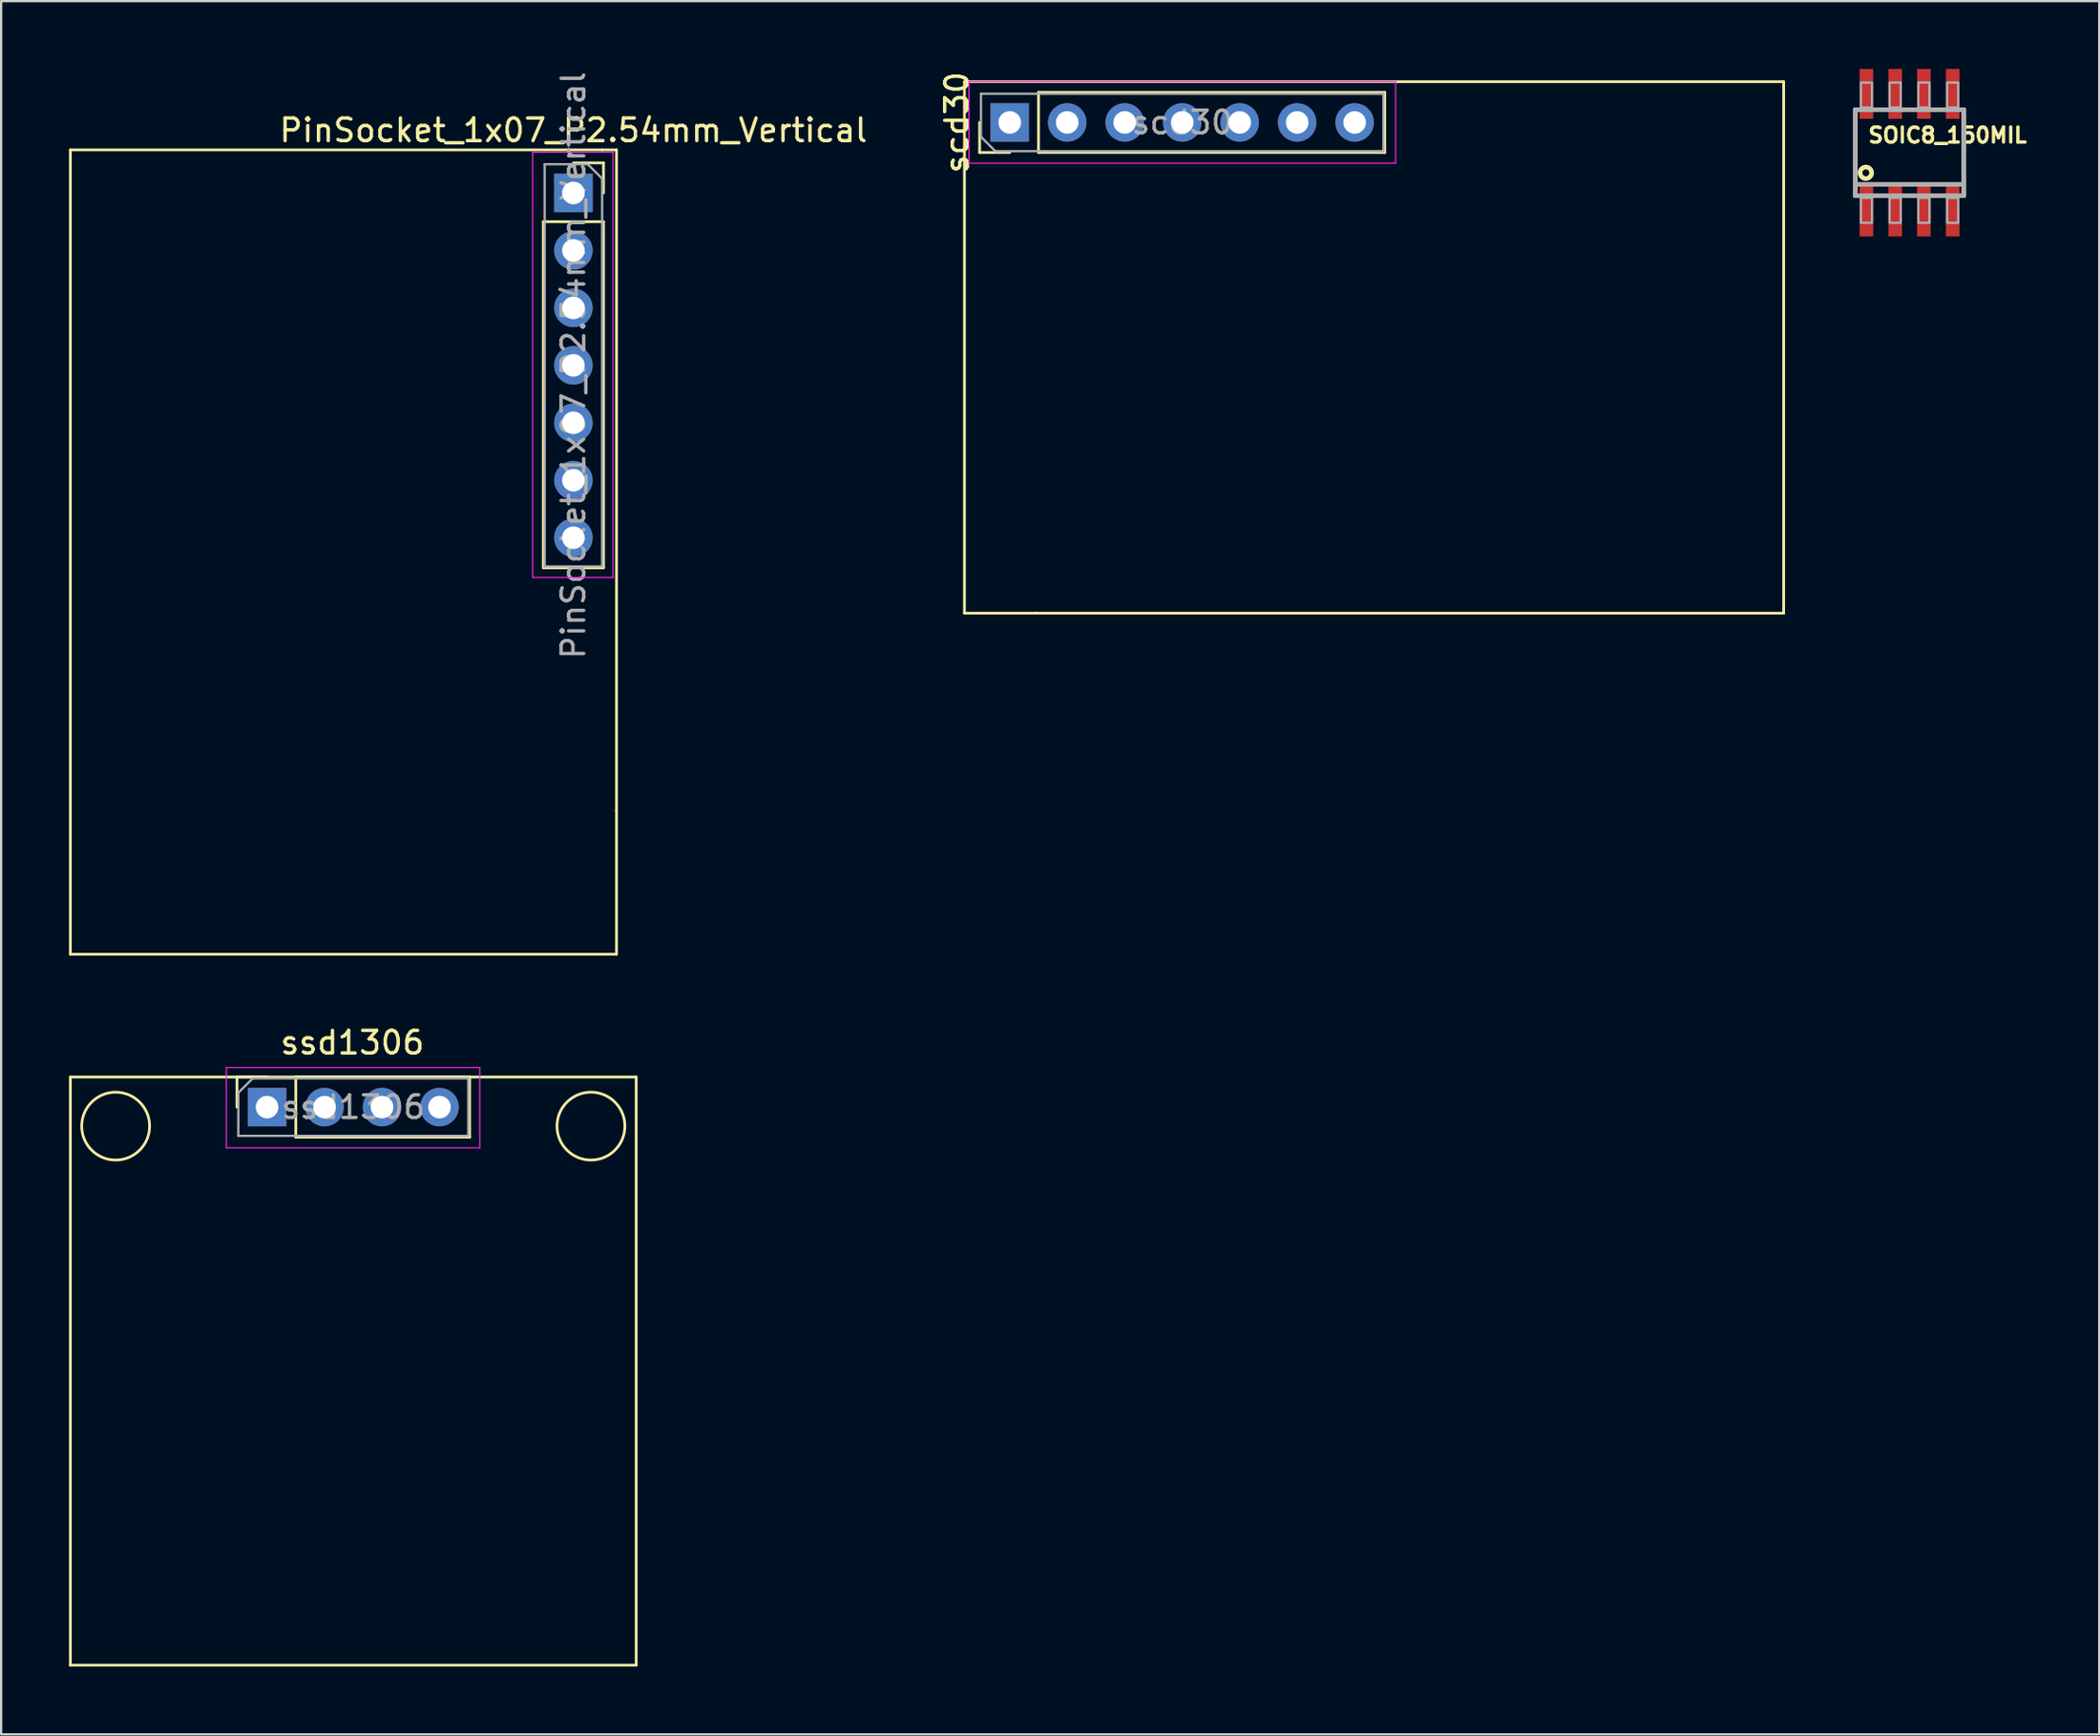
<source format=kicad_pcb>
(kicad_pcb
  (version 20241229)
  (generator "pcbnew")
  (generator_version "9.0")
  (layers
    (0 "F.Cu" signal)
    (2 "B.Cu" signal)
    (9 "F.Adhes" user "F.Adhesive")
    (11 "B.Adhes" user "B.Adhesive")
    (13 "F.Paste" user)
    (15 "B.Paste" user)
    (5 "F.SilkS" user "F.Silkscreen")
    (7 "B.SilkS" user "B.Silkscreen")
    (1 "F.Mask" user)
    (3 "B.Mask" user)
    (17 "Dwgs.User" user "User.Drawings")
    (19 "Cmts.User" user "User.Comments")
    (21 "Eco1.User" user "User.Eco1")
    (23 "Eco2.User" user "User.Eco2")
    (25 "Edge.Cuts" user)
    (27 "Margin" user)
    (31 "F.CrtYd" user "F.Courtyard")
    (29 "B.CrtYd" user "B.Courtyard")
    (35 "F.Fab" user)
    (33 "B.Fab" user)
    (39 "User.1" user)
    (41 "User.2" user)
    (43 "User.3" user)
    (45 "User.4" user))
  (footprint "scd30"
    (layer "F.Cu")
    (at 50.994 0.563)
    (property "Reference" "scd30" (at -11.76 1.8 90) (layer "F.SilkS") (effects (font (size 1 1) (thickness 0.15))))
    (attr through_hole)
    (fp_line (start -11.43 0) (end -11.43 23.495) (stroke (width 0.12) (type solid)) (layer "F.SilkS"))
    (fp_line (start -11.43 0) (end 24.765 0) (stroke (width 0.12) (type solid)) (layer "F.SilkS"))
    (fp_line (start -11.43 23.495) (end -8.255 23.495) (stroke (width 0.12) (type solid)) (layer "F.SilkS"))
    (fp_line (start -10.76 3.13) (end -10.76 1.8) (stroke (width 0.12) (type solid)) (layer "F.SilkS"))
    (fp_line (start -9.43 3.13) (end -10.76 3.13) (stroke (width 0.12) (type solid)) (layer "F.SilkS"))
    (fp_line (start -8.16 0.47) (end 7.14 0.47) (stroke (width 0.12) (type solid)) (layer "F.SilkS"))
    (fp_line (start -8.16 3.13) (end -8.16 0.47) (stroke (width 0.12) (type solid)) (layer "F.SilkS"))
    (fp_line (start -8.16 3.13) (end 7.14 3.13) (stroke (width 0.12) (type solid)) (layer "F.SilkS"))
    (fp_line (start 7.14 3.13) (end 7.14 0.47) (stroke (width 0.12) (type solid)) (layer "F.SilkS"))
    (fp_line (start 24.765 0) (end 24.765 23.495) (stroke (width 0.12) (type solid)) (layer "F.SilkS"))
    (fp_line (start 24.765 23.495) (end -8.255 23.495) (stroke (width 0.12) (type solid)) (layer "F.SilkS"))
    (fp_line (start -11.23 0) (end -11.23 3.6) (stroke (width 0.05) (type solid)) (layer "F.CrtYd"))
    (fp_line (start -11.23 3.6) (end 7.62 3.6) (stroke (width 0.05) (type solid)) (layer "F.CrtYd"))
    (fp_line (start 7.62 0) (end -11.23 0) (stroke (width 0.05) (type solid)) (layer "F.CrtYd"))
    (fp_line (start 7.62 3.6) (end 7.62 0) (stroke (width 0.05) (type solid)) (layer "F.CrtYd"))
    (fp_line (start -10.7 0.53) (end 7.08 0.53) (stroke (width 0.1) (type solid)) (layer "F.Fab"))
    (fp_line (start -10.7 2.435) (end -10.7 0.53) (stroke (width 0.1) (type solid)) (layer "F.Fab"))
    (fp_line (start -10.065 3.07) (end -10.7 2.435) (stroke (width 0.1) (type solid)) (layer "F.Fab"))
    (fp_line (start 7.08 0.53) (end 7.08 3.07) (stroke (width 0.1) (type solid)) (layer "F.Fab"))
    (fp_line (start 7.08 3.07) (end -10.065 3.07) (stroke (width 0.1) (type solid)) (layer "F.Fab"))
    (fp_text user "${REFERENCE}" (at -1.81 1.8 180) (layer "F.Fab") (effects (font (size 1 1) (thickness 0.15))))
    (pad "1" thru_hole rect (at -9.43 1.8 90) (size 1.7 1.7) (drill 1) (layers "*.Cu" "*.Mask"))
    (pad "2" thru_hole oval (at -6.89 1.8 90) (size 1.7 1.7) (drill 1) (layers "*.Cu" "*.Mask"))
    (pad "3" thru_hole oval (at -4.35 1.8 90) (size 1.7 1.7) (drill 1) (layers "*.Cu" "*.Mask"))
    (pad "4" thru_hole oval (at -1.81 1.8 90) (size 1.7 1.7) (drill 1) (layers "*.Cu" "*.Mask"))
    (pad "5" thru_hole oval (at 0.73 1.8 90) (size 1.7 1.7) (drill 1) (layers "*.Cu" "*.Mask"))
    (pad "6" thru_hole oval (at 3.27 1.8 90) (size 1.7 1.7) (drill 1) (layers "*.Cu" "*.Mask"))
    (pad "7" thru_hole oval (at 5.81 1.8 90) (size 1.7 1.7) (drill 1) (layers "*.Cu" "*.Mask")))
  (footprint "PinSocket_1x07_P2.54mm_Vertical"
    (layer "F.Cu")
    (at 22.285 5.481)
    (property "Reference" "PinSocket_1x07_P2.54mm_Vertical" (at 0 -2.77 0) (layer "F.SilkS") (effects (font (size 1 1) (thickness 0.15))))
    (attr through_hole)
    (fp_line (start -22.225 -1.905) (end 1.27 -1.905) (stroke (width 0.12) (type solid)) (layer "F.SilkS"))
    (fp_line (start -22.225 33.655) (end -22.225 -1.905) (stroke (width 0.12) (type solid)) (layer "F.SilkS"))
    (fp_line (start -22.225 33.655) (end 1.905 33.655) (stroke (width 0.12) (type solid)) (layer "F.SilkS"))
    (fp_line (start -1.33 1.27) (end -1.33 16.57) (stroke (width 0.12) (type solid)) (layer "F.SilkS"))
    (fp_line (start -1.33 1.27) (end 1.33 1.27) (stroke (width 0.12) (type solid)) (layer "F.SilkS"))
    (fp_line (start -1.33 16.57) (end 1.33 16.57) (stroke (width 0.12) (type solid)) (layer "F.SilkS"))
    (fp_line (start 0 -1.33) (end 1.33 -1.33) (stroke (width 0.12) (type solid)) (layer "F.SilkS"))
    (fp_line (start 1.33 -1.33) (end 1.33 0) (stroke (width 0.12) (type solid)) (layer "F.SilkS"))
    (fp_line (start 1.33 1.27) (end 1.33 16.57) (stroke (width 0.12) (type solid)) (layer "F.SilkS"))
    (fp_line (start 1.905 -1.905) (end 1.27 -1.905) (stroke (width 0.12) (type solid)) (layer "F.SilkS"))
    (fp_line (start 1.905 27.305) (end 1.905 -1.905) (stroke (width 0.12) (type solid)) (layer "F.SilkS"))
    (fp_line (start 1.905 33.655) (end 1.905 27.305) (stroke (width 0.12) (type solid)) (layer "F.SilkS"))
    (fp_line (start -1.8 -1.8) (end 1.75 -1.8) (stroke (width 0.05) (type solid)) (layer "F.CrtYd"))
    (fp_line (start -1.8 17) (end -1.8 -1.8) (stroke (width 0.05) (type solid)) (layer "F.CrtYd"))
    (fp_line (start 1.75 -1.8) (end 1.75 17) (stroke (width 0.05) (type solid)) (layer "F.CrtYd"))
    (fp_line (start 1.75 17) (end -1.8 17) (stroke (width 0.05) (type solid)) (layer "F.CrtYd"))
    (fp_line (start -1.27 -1.27) (end 0.635 -1.27) (stroke (width 0.1) (type solid)) (layer "F.Fab"))
    (fp_line (start -1.27 16.51) (end -1.27 -1.27) (stroke (width 0.1) (type solid)) (layer "F.Fab"))
    (fp_line (start 0.635 -1.27) (end 1.27 -0.635) (stroke (width 0.1) (type solid)) (layer "F.Fab"))
    (fp_line (start 1.27 -0.635) (end 1.27 16.51) (stroke (width 0.1) (type solid)) (layer "F.Fab"))
    (fp_line (start 1.27 16.51) (end -1.27 16.51) (stroke (width 0.1) (type solid)) (layer "F.Fab"))
    (fp_text user "${REFERENCE}" (at 0 7.62 90) (layer "F.Fab") (effects (font (size 1 1) (thickness 0.15))))
    (pad "1" thru_hole rect (at 0 0) (size 1.7 1.7) (drill 1) (layers "*.Cu" "*.Mask"))
    (pad "2" thru_hole oval (at 0 2.54) (size 1.7 1.7) (drill 1) (layers "*.Cu" "*.Mask"))
    (pad "3" thru_hole oval (at 0 5.08) (size 1.7 1.7) (drill 1) (layers "*.Cu" "*.Mask"))
    (pad "4" thru_hole oval (at 0 7.62) (size 1.7 1.7) (drill 1) (layers "*.Cu" "*.Mask"))
    (pad "5" thru_hole oval (at 0 10.16) (size 1.7 1.7) (drill 1) (layers "*.Cu" "*.Mask"))
    (pad "6" thru_hole oval (at 0 12.7) (size 1.7 1.7) (drill 1) (layers "*.Cu" "*.Mask"))
    (pad "7" thru_hole oval (at 0 15.24) (size 1.7 1.7) (drill 1) (layers "*.Cu" "*.Mask")))
  (footprint "ssd1306"
    (layer "F.Cu")
    (at 12.56 45.734)
    (property "Reference" "ssd1306" (at -0.04 -2.69 0) (layer "F.SilkS") (effects (font (size 1 1) (thickness 0.15))))
    (attr through_hole)
    (fp_line (start -12.5 -1.17) (end -12.5 24.83) (stroke (width 0.12) (type solid)) (layer "F.SilkS"))
    (fp_line (start -12.5 -1.17) (end 12.5 -1.17) (stroke (width 0.12) (type solid)) (layer "F.SilkS"))
    (fp_line (start -12.5 24.83) (end 12.5 24.83) (stroke (width 0.12) (type solid)) (layer "F.SilkS"))
    (fp_line (start -5.14 -1.17) (end -3.81 -1.17) (stroke (width 0.12) (type solid)) (layer "F.SilkS"))
    (fp_line (start -5.14 0.16) (end -5.14 -1.17) (stroke (width 0.12) (type solid)) (layer "F.SilkS"))
    (fp_line (start -2.54 -1.17) (end 5.14 -1.17) (stroke (width 0.12) (type solid)) (layer "F.SilkS"))
    (fp_line (start -2.54 1.49) (end -2.54 -1.17) (stroke (width 0.12) (type solid)) (layer "F.SilkS"))
    (fp_line (start -2.54 1.49) (end 5.14 1.49) (stroke (width 0.12) (type solid)) (layer "F.SilkS"))
    (fp_line (start 5.14 1.49) (end 5.14 -1.17) (stroke (width 0.12) (type solid)) (layer "F.SilkS"))
    (fp_line (start 12.5 -1.17) (end 12.5 24.83) (stroke (width 0.12) (type solid)) (layer "F.SilkS"))
    (fp_circle (center -10.5 1) (end -9 1) (stroke (width 0.12) (type solid)) (fill no) (layer "F.SilkS"))
    (fp_circle (center 10.5 1) (end 12 1) (stroke (width 0.12) (type solid)) (fill no) (layer "F.SilkS"))
    (fp_line (start -5.61 -1.59) (end 5.59 -1.59) (stroke (width 0.05) (type solid)) (layer "F.CrtYd"))
    (fp_line (start -5.61 1.96) (end -5.61 -1.59) (stroke (width 0.05) (type solid)) (layer "F.CrtYd"))
    (fp_line (start 5.59 -1.59) (end 5.59 1.96) (stroke (width 0.05) (type solid)) (layer "F.CrtYd"))
    (fp_line (start 5.59 1.96) (end -5.61 1.96) (stroke (width 0.05) (type solid)) (layer "F.CrtYd"))
    (fp_line (start -5.08 -0.475) (end -4.445 -1.11) (stroke (width 0.1) (type solid)) (layer "F.Fab"))
    (fp_line (start -5.08 1.43) (end -5.08 -0.475) (stroke (width 0.1) (type solid)) (layer "F.Fab"))
    (fp_line (start -4.445 -1.11) (end 5.08 -1.11) (stroke (width 0.1) (type solid)) (layer "F.Fab"))
    (fp_line (start 5.08 -1.11) (end 5.08 1.43) (stroke (width 0.1) (type solid)) (layer "F.Fab"))
    (fp_line (start 5.08 1.43) (end -5.08 1.43) (stroke (width 0.1) (type solid)) (layer "F.Fab"))
    (fp_text user "${REFERENCE}" (at 0 0.16 180) (layer "F.Fab") (effects (font (size 1 1) (thickness 0.15))))
    (pad "1" thru_hole rect (at -3.81 0.16 90) (size 1.7 1.7) (drill 1) (layers "*.Cu" "*.Mask"))
    (pad "2" thru_hole oval (at -1.27 0.16 90) (size 1.7 1.7) (drill 1) (layers "*.Cu" "*.Mask"))
    (pad "3" thru_hole oval (at 1.27 0.16 90) (size 1.7 1.7) (drill 1) (layers "*.Cu" "*.Mask"))
    (pad "4" thru_hole oval (at 3.81 0.16 90) (size 1.7 1.7) (drill 1) (layers "*.Cu" "*.Mask")))
  (footprint "SOIC8_150MIL"
    (layer "F.Cu")
    (at 81.321 3.7)
    (property "Reference" "SOIC8_150MIL" (at -1.905 -0.381 0) (layer "F.SilkS") (effects (font (size 0.666 0.666) (thickness 0.146)) (justify left bottom)))
    (fp_line (start -2.4 1.9) (end -2.4 -1.9) (stroke (width 0.203) (type solid)) (layer "F.SilkS"))
    (fp_line (start 2.4 -1.9) (end 2.4 1.9) (stroke (width 0.203) (type solid)) (layer "F.SilkS"))
    (fp_circle (center -1.93 0.889) (end -1.676 0.889) (stroke (width 0.203) (type solid)) (fill no) (layer "F.SilkS"))
    (fp_line (start -2.4 -1.9) (end 2.4 -1.9) (stroke (width 0.203) (type solid)) (layer "F.Fab"))
    (fp_line (start -2.4 1.4) (end -2.4 -1.9) (stroke (width 0.203) (type solid)) (layer "F.Fab"))
    (fp_line (start -2.4 1.9) (end -2.4 1.4) (stroke (width 0.203) (type solid)) (layer "F.Fab"))
    (fp_line (start 2.4 -1.9) (end 2.4 1.4) (stroke (width 0.203) (type solid)) (layer "F.Fab"))
    (fp_line (start 2.4 1.4) (end -2.4 1.4) (stroke (width 0.203) (type solid)) (layer "F.Fab"))
    (fp_line (start 2.4 1.4) (end 2.4 1.9) (stroke (width 0.203) (type solid)) (layer "F.Fab"))
    (fp_line (start 2.4 1.9) (end -2.4 1.9) (stroke (width 0.203) (type solid)) (layer "F.Fab"))
    (fp_poly (pts (xy -2.15 -2) (xy -1.66 -2) (xy -1.66 -3.1) (xy -2.15 -3.1)) (stroke (width 0.1) (type solid)) (fill no) (layer "F.Fab"))
    (fp_poly (pts (xy -2.15 3.1) (xy -1.66 3.1) (xy -1.66 2) (xy -2.15 2)) (stroke (width 0.1) (type solid)) (fill no) (layer "F.Fab"))
    (fp_poly (pts (xy -0.88 -2) (xy -0.39 -2) (xy -0.39 -3.1) (xy -0.88 -3.1)) (stroke (width 0.1) (type solid)) (fill no) (layer "F.Fab"))
    (fp_poly (pts (xy -0.88 3.1) (xy -0.39 3.1) (xy -0.39 2) (xy -0.88 2)) (stroke (width 0.1) (type solid)) (fill no) (layer "F.Fab"))
    (fp_poly (pts (xy 0.39 -2) (xy 0.88 -2) (xy 0.88 -3.1) (xy 0.39 -3.1)) (stroke (width 0.1) (type solid)) (fill no) (layer "F.Fab"))
    (fp_poly (pts (xy 0.39 3.1) (xy 0.88 3.1) (xy 0.88 2) (xy 0.39 2)) (stroke (width 0.1) (type solid)) (fill no) (layer "F.Fab"))
    (fp_poly (pts (xy 1.66 -2) (xy 2.15 -2) (xy 2.15 -3.1) (xy 1.66 -3.1)) (stroke (width 0.1) (type solid)) (fill no) (layer "F.Fab"))
    (fp_poly (pts (xy 1.66 3.1) (xy 2.15 3.1) (xy 2.15 2) (xy 1.66 2)) (stroke (width 0.1) (type solid)) (fill no) (layer "F.Fab"))
    (pad "1" smd rect (at -1.905 2.6) (size 0.6 2.2) (layers "F.Cu" "F.Mask" "F.Paste"))
    (pad "2" smd rect (at -0.635 2.6) (size 0.6 2.2) (layers "F.Cu" "F.Mask" "F.Paste"))
    (pad "3" smd rect (at 0.635 2.6) (size 0.6 2.2) (layers "F.Cu" "F.Mask" "F.Paste"))
    (pad "4" smd rect (at 1.905 2.6) (size 0.6 2.2) (layers "F.Cu" "F.Mask" "F.Paste"))
    (pad "5" smd rect (at 1.905 -2.6) (size 0.6 2.2) (layers "F.Cu" "F.Mask" "F.Paste"))
    (pad "6" smd rect (at 0.635 -2.6) (size 0.6 2.2) (layers "F.Cu" "F.Mask" "F.Paste"))
    (pad "7" smd rect (at -0.635 -2.6) (size 0.6 2.2) (layers "F.Cu" "F.Mask" "F.Paste"))
    (pad "8" smd rect (at -1.905 -2.6) (size 0.6 2.2) (layers "F.Cu" "F.Mask" "F.Paste")))
  (gr_rect
    (start -3 -3)
    (end 89.704 73.624)
    (stroke (width 0.1) (type default))
    (fill no)
    (layer "Edge.Cuts")))
</source>
